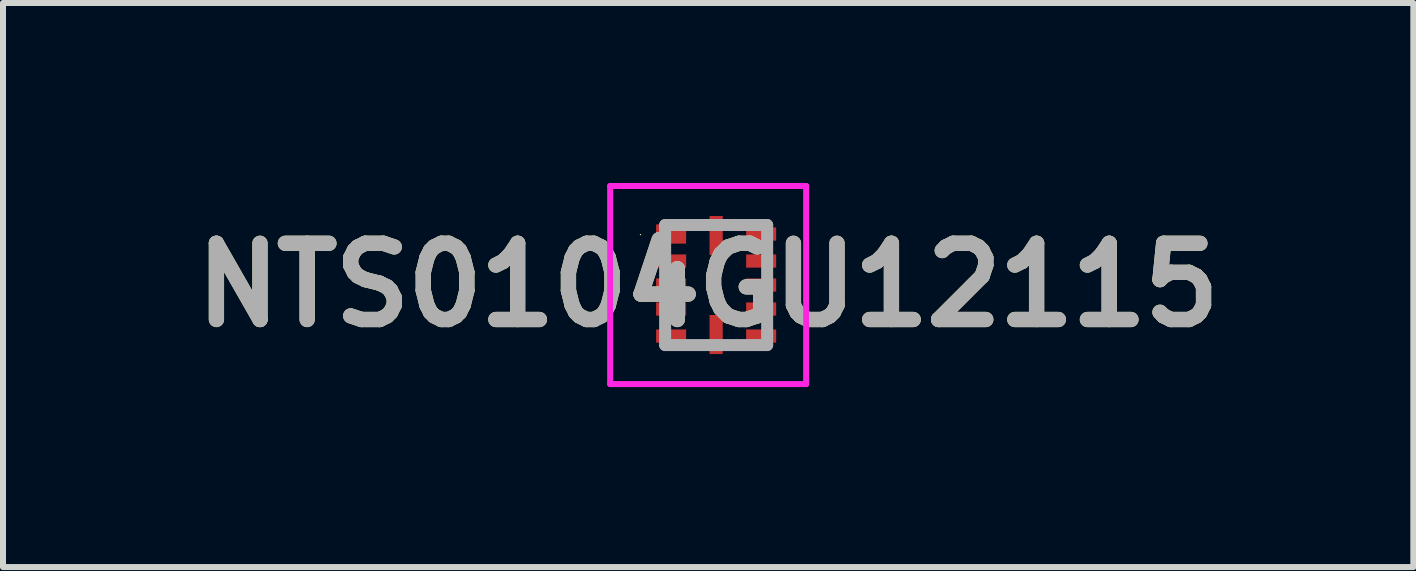
<source format=kicad_pcb>
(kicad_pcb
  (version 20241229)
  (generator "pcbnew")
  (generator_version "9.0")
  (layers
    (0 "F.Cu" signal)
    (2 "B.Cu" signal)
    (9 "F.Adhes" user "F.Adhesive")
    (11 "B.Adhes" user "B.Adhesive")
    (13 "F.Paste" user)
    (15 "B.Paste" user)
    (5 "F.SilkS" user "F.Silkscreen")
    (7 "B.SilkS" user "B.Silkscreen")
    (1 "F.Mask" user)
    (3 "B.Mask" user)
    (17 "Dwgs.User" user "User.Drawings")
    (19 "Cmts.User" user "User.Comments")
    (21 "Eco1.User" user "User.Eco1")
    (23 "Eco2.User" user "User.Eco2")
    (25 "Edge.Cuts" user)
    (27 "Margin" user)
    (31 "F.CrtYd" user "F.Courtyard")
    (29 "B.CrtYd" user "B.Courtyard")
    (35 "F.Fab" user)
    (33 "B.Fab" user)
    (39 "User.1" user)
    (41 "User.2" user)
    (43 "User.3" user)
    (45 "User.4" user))
  (footprint "NTS0104GU12115"
    (layer "F.Cu")
    (at 8.884 1.7)
    (property "Reference" "NTS0104GU12115" (at -0.133 0 0) (layer "F.SilkS") (effects (font (size 1.27 1.27) (thickness 0.254))))
    (attr smd)
    (fp_line (start -1.266 -0.839) (end -1.266 -0.839) (stroke (width 0.01) (type solid)) (layer "F.SilkS"))
    (fp_line (start -1.256 -0.839) (end -1.256 -0.839) (stroke (width 0.01) (type solid)) (layer "F.SilkS"))
    (fp_arc (start -1.266 -0.839) (mid -1.261 -0.844) (end -1.256 -0.839) (stroke (width 0.01) (type solid)) (layer "F.SilkS"))
    (fp_arc (start -1.256 -0.839) (mid -1.261 -0.834) (end -1.266 -0.839) (stroke (width 0.01) (type solid)) (layer "F.SilkS"))
    (fp_line (start -1.766 -1.65) (end 1.5 -1.65) (stroke (width 0.1) (type solid)) (layer "F.CrtYd"))
    (fp_line (start -1.766 1.65) (end -1.766 -1.65) (stroke (width 0.1) (type solid)) (layer "F.CrtYd"))
    (fp_line (start 1.5 -1.65) (end 1.5 1.65) (stroke (width 0.1) (type solid)) (layer "F.CrtYd"))
    (fp_line (start 1.5 1.65) (end -1.766 1.65) (stroke (width 0.1) (type solid)) (layer "F.CrtYd"))
    (fp_line (start -0.85 -1) (end 0.85 -1) (stroke (width 0.2) (type solid)) (layer "F.Fab"))
    (fp_line (start -0.85 1) (end -0.85 -1) (stroke (width 0.2) (type solid)) (layer "F.Fab"))
    (fp_line (start 0.85 -1) (end 0.85 1) (stroke (width 0.2) (type solid)) (layer "F.Fab"))
    (fp_line (start 0.85 1) (end -0.85 1) (stroke (width 0.2) (type solid)) (layer "F.Fab"))
    (fp_text user "${REFERENCE}" (at -0.133 0 0) (layer "F.Fab") (effects (font (size 1.27 1.27) (thickness 0.254))))
    (pad "1" smd rect (at -0.75 -0.85 90) (size 0.32 0.5) (layers "F.Cu" "F.Mask" "F.Paste"))
    (pad "2" smd rect (at -0.75 -0.4 90) (size 0.22 0.5) (layers "F.Cu" "F.Mask" "F.Paste"))
    (pad "3" smd rect (at -0.75 0 90) (size 0.22 0.5) (layers "F.Cu" "F.Mask" "F.Paste"))
    (pad "4" smd rect (at -0.75 0.4 90) (size 0.22 0.5) (layers "F.Cu" "F.Mask" "F.Paste"))
    (pad "5" smd rect (at -0.75 0.85 90) (size 0.22 0.5) (layers "F.Cu" "F.Mask" "F.Paste"))
    (pad "6" smd rect (at 0 0.825) (size 0.22 0.65) (layers "F.Cu" "F.Mask" "F.Paste"))
    (pad "7" smd rect (at 0.75 0.85 90) (size 0.22 0.5) (layers "F.Cu" "F.Mask" "F.Paste"))
    (pad "8" smd rect (at 0.75 0.4 90) (size 0.22 0.5) (layers "F.Cu" "F.Mask" "F.Paste"))
    (pad "9" smd rect (at 0.75 0 90) (size 0.22 0.5) (layers "F.Cu" "F.Mask" "F.Paste"))
    (pad "10" smd rect (at 0.75 -0.4 90) (size 0.22 0.5) (layers "F.Cu" "F.Mask" "F.Paste"))
    (pad "11" smd rect (at 0.75 -0.85 90) (size 0.22 0.5) (layers "F.Cu" "F.Mask" "F.Paste"))
    (pad "12" smd rect (at 0 -0.825) (size 0.22 0.65) (layers "F.Cu" "F.Mask" "F.Paste")))
  (gr_rect
    (start -3 -3)
    (end 20.502 6.4)
    (stroke (width 0.1) (type default))
    (fill no)
    (layer "Edge.Cuts")))
</source>
